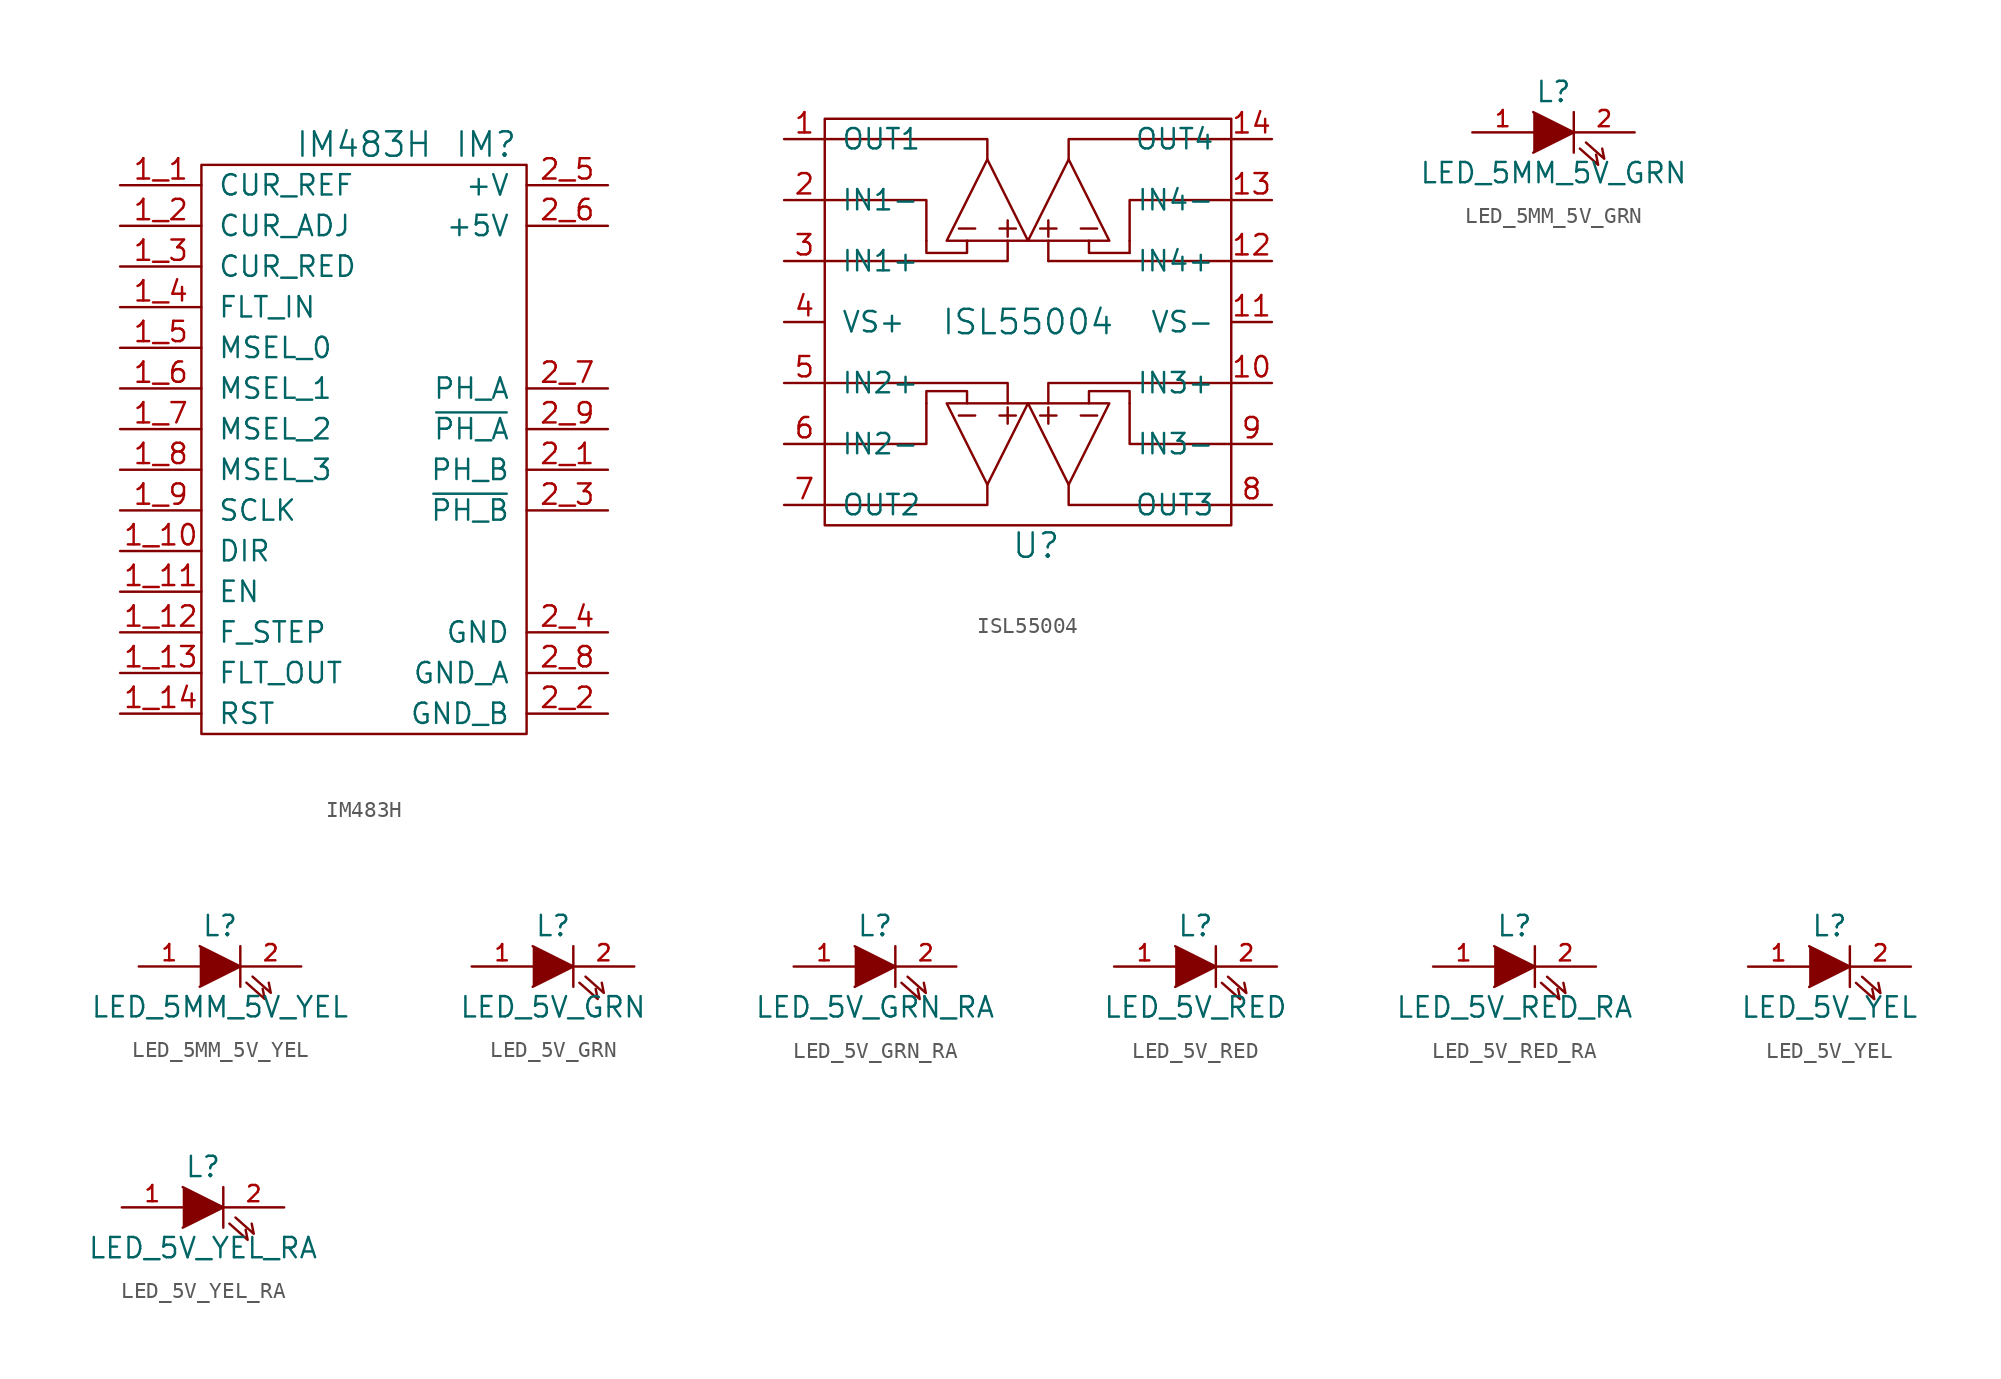
<source format=kicad_sym>
(kicad_symbol_lib
  (version 20211014)
  (generator kicad_symbol_editor)
  (symbol "IM483H"
    (pin_names
      (offset 1.016))
    (property "Reference" "IM"
      (at 7.62 19.05 0)
      (effects (font (size 1.524 1.524))))
    (property "Value" "IM483H"
      (at 0 19.05 0)
      (effects (font (size 1.524 1.524))))
    (property "Datasheet" ""
      (at 7.62 19.05 0)
      (effects (font (size 1.524 1.524))))
    (symbol "IM483H_0_1"
      (rectangle (start -10.16 17.78) (end 10.16 -17.78) (stroke (width 0) (type default) (color 0 0 0 0)) (fill (type none))))
    (symbol "IM483H_1_1"
      (pin passive line (at -15.24 16.51 0) (length 5.08) (name "CUR_REF" (effects (font (size 1.27 1.27)))) (number "1_1" (effects (font (size 1.27 1.27)))))
      (pin passive line (at -15.24 -6.35 0) (length 5.08) (name "DIR" (effects (font (size 1.27 1.27)))) (number "1_10" (effects (font (size 1.27 1.27)))))
      (pin passive line (at -15.24 -8.89 0) (length 5.08) (name "EN" (effects (font (size 1.27 1.27)))) (number "1_11" (effects (font (size 1.27 1.27)))))
      (pin passive line (at -15.24 -11.43 0) (length 5.08) (name "F_STEP" (effects (font (size 1.27 1.27)))) (number "1_12" (effects (font (size 1.27 1.27)))))
      (pin passive line (at -15.24 -13.97 0) (length 5.08) (name "FLT_OUT" (effects (font (size 1.27 1.27)))) (number "1_13" (effects (font (size 1.27 1.27)))))
      (pin passive line (at -15.24 -16.51 0) (length 5.08) (name "RST" (effects (font (size 1.27 1.27)))) (number "1_14" (effects (font (size 1.27 1.27)))))
      (pin passive line (at -15.24 13.97 0) (length 5.08) (name "CUR_ADJ" (effects (font (size 1.27 1.27)))) (number "1_2" (effects (font (size 1.27 1.27)))))
      (pin passive line (at -15.24 11.43 0) (length 5.08) (name "CUR_RED" (effects (font (size 1.27 1.27)))) (number "1_3" (effects (font (size 1.27 1.27)))))
      (pin passive line (at -15.24 8.89 0) (length 5.08) (name "FLT_IN" (effects (font (size 1.27 1.27)))) (number "1_4" (effects (font (size 1.27 1.27)))))
      (pin passive line (at -15.24 6.35 0) (length 5.08) (name "MSEL_0" (effects (font (size 1.27 1.27)))) (number "1_5" (effects (font (size 1.27 1.27)))))
      (pin passive line (at -15.24 3.81 0) (length 5.08) (name "MSEL_1" (effects (font (size 1.27 1.27)))) (number "1_6" (effects (font (size 1.27 1.27)))))
      (pin passive line (at -15.24 1.27 0) (length 5.08) (name "MSEL_2" (effects (font (size 1.27 1.27)))) (number "1_7" (effects (font (size 1.27 1.27)))))
      (pin passive line (at -15.24 -1.27 0) (length 5.08) (name "MSEL_3" (effects (font (size 1.27 1.27)))) (number "1_8" (effects (font (size 1.27 1.27)))))
      (pin passive line (at -15.24 -3.81 0) (length 5.08) (name "SCLK" (effects (font (size 1.27 1.27)))) (number "1_9" (effects (font (size 1.27 1.27)))))
      (pin passive line (at 15.24 -1.27 180) (length 5.08) (name "PH_B" (effects (font (size 1.27 1.27)))) (number "2_1" (effects (font (size 1.27 1.27)))))
      (pin power_in line (at 15.24 -16.51 180) (length 5.08) (name "GND_B" (effects (font (size 1.27 1.27)))) (number "2_2" (effects (font (size 1.27 1.27)))))
      (pin passive line (at 15.24 -3.81 180) (length 5.08) (name "~{PH_B}" (effects (font (size 1.27 1.27)))) (number "2_3" (effects (font (size 1.27 1.27)))))
      (pin power_in line (at 15.24 -11.43 180) (length 5.08) (name "GND" (effects (font (size 1.27 1.27)))) (number "2_4" (effects (font (size 1.27 1.27)))))
      (pin power_in line (at 15.24 16.51 180) (length 5.08) (name "+V" (effects (font (size 1.27 1.27)))) (number "2_5" (effects (font (size 1.27 1.27)))))
      (pin power_in line (at 15.24 13.97 180) (length 5.08) (name "+5V" (effects (font (size 1.27 1.27)))) (number "2_6" (effects (font (size 1.27 1.27)))))
      (pin passive line (at 15.24 3.81 180) (length 5.08) (name "PH_A" (effects (font (size 1.27 1.27)))) (number "2_7" (effects (font (size 1.27 1.27)))))
      (pin power_in line (at 15.24 -13.97 180) (length 5.08) (name "GND_A" (effects (font (size 1.27 1.27)))) (number "2_8" (effects (font (size 1.27 1.27)))))
      (pin passive line (at 15.24 1.27 180) (length 5.08) (name "~{PH_A}" (effects (font (size 1.27 1.27)))) (number "2_9" (effects (font (size 1.27 1.27)))))))
  (symbol "ISL55004"
    (pin_names
      (offset 1.016))
    (property "Reference" "U"
      (at 0.508 -13.97 0)
      (effects (font (size 1.524 1.524))))
    (property "Value" "ISL55004"
      (at 0 0 0)
      (effects (font (size 1.524 1.524))))
    (property "Footprint" ""
      (at 0 0 0)
      (effects (font (size 1.524 1.524))))
    (property "Datasheet" ""
      (at 0 0 0)
      (effects (font (size 1.524 1.524))))
    (symbol "ISL55004_0_1"
      (rectangle (start -12.7 12.7) (end 12.7 -12.7) (stroke (width 0) (type default) (color 0 0 0 0)) (fill (type none)))
      (polyline (pts (xy -4.318 -5.842) (xy -3.302 -5.842)) (stroke (width 0) (type default) (color 0 0 0 0)) (fill (type none)))
      (polyline (pts (xy -4.318 5.842) (xy -3.302 5.842)) (stroke (width 0) (type default) (color 0 0 0 0)) (fill (type none)))
      (polyline (pts (xy -1.778 5.842) (xy -0.762 5.842)) (stroke (width 0) (type default) (color 0 0 0 0)) (fill (type none)))
      (polyline (pts (xy -1.27 -5.334) (xy -1.27 -6.35)) (stroke (width 0) (type default) (color 0 0 0 0)) (fill (type none)))
      (polyline (pts (xy -1.27 5.334) (xy -1.27 6.35)) (stroke (width 0) (type default) (color 0 0 0 0)) (fill (type none)))
      (polyline (pts (xy -0.762 -5.842) (xy -1.778 -5.842)) (stroke (width 0) (type default) (color 0 0 0 0)) (fill (type none)))
      (polyline (pts (xy 0.762 -5.842) (xy 1.778 -5.842)) (stroke (width 0) (type default) (color 0 0 0 0)) (fill (type none)))
      (polyline (pts (xy 0.762 5.842) (xy 1.778 5.842)) (stroke (width 0) (type default) (color 0 0 0 0)) (fill (type none)))
      (polyline (pts (xy 1.27 -5.334) (xy 1.27 -6.35)) (stroke (width 0) (type default) (color 0 0 0 0)) (fill (type none)))
      (polyline (pts (xy 1.27 3.81) (xy 12.7 3.81)) (stroke (width 0) (type default) (color 0 0 0 0)) (fill (type none)))
      (polyline (pts (xy 1.27 5.08) (xy 1.27 3.81)) (stroke (width 0) (type default) (color 0 0 0 0)) (fill (type none)))
      (polyline (pts (xy 1.27 5.334) (xy 1.27 6.35)) (stroke (width 0) (type default) (color 0 0 0 0)) (fill (type none)))
      (polyline (pts (xy 3.302 -5.842) (xy 4.318 -5.842)) (stroke (width 0) (type default) (color 0 0 0 0)) (fill (type none)))
      (polyline (pts (xy 4.318 5.842) (xy 3.302 5.842)) (stroke (width 0) (type default) (color 0 0 0 0)) (fill (type none)))
      (polyline (pts (xy 6.35 4.318) (xy 6.35 5.08)) (stroke (width 0) (type default) (color 0 0 0 0)) (fill (type none)))
      (polyline (pts (xy -12.7 -11.43) (xy -2.54 -11.43) (xy -2.54 -10.16)) (stroke (width 0) (type default) (color 0 0 0 0)) (fill (type none)))
      (polyline (pts (xy -12.7 -7.62) (xy -6.35 -7.62) (xy -6.35 -5.08)) (stroke (width 0) (type default) (color 0 0 0 0)) (fill (type none)))
      (polyline (pts (xy -12.7 3.81) (xy -1.27 3.81) (xy -1.27 5.08)) (stroke (width 0) (type default) (color 0 0 0 0)) (fill (type none)))
      (polyline (pts (xy -12.7 7.62) (xy -6.35 7.62) (xy -6.35 5.08)) (stroke (width 0) (type default) (color 0 0 0 0)) (fill (type none)))
      (polyline (pts (xy -12.7 11.43) (xy -2.54 11.43) (xy -2.54 10.16)) (stroke (width 0) (type default) (color 0 0 0 0)) (fill (type none)))
      (polyline (pts (xy -1.27 -5.08) (xy -1.27 -3.81) (xy -12.7 -3.81)) (stroke (width 0) (type default) (color 0 0 0 0)) (fill (type none)))
      (polyline (pts (xy 1.27 -5.08) (xy 1.27 -3.81) (xy 12.7 -3.81)) (stroke (width 0) (type default) (color 0 0 0 0)) (fill (type none)))
      (polyline (pts (xy 2.54 -10.16) (xy 2.54 -11.43) (xy 12.7 -11.43)) (stroke (width 0) (type default) (color 0 0 0 0)) (fill (type none)))
      (polyline (pts (xy 2.54 10.16) (xy 2.54 11.43) (xy 12.7 11.43)) (stroke (width 0) (type default) (color 0 0 0 0)) (fill (type none)))
      (polyline (pts (xy 3.81 5.08) (xy 3.81 4.318) (xy 6.35 4.318)) (stroke (width 0) (type default) (color 0 0 0 0)) (fill (type none)))
      (polyline (pts (xy 12.7 -7.62) (xy 6.35 -7.62) (xy 6.35 -5.08)) (stroke (width 0) (type default) (color 0 0 0 0)) (fill (type none)))
      (polyline (pts (xy 12.7 7.62) (xy 6.35 7.62) (xy 6.35 5.08)) (stroke (width 0) (type default) (color 0 0 0 0)) (fill (type none)))
      (polyline (pts (xy -3.81 -5.08) (xy -3.81 -4.318) (xy -6.35 -4.318) (xy -6.35 -5.08)) (stroke (width 0) (type default) (color 0 0 0 0)) (fill (type none)))
      (polyline (pts (xy -3.81 5.08) (xy -3.81 4.318) (xy -6.35 4.318) (xy -6.35 5.08)) (stroke (width 0) (type default) (color 0 0 0 0)) (fill (type none)))
      (polyline (pts (xy -2.54 -10.16) (xy 0 -5.08) (xy -5.08 -5.08) (xy -2.54 -10.16)) (stroke (width 0) (type default) (color 0 0 0 0)) (fill (type none)))
      (polyline (pts (xy 0 -5.08) (xy 5.08 -5.08) (xy 2.54 -10.16) (xy 0 -5.08)) (stroke (width 0) (type default) (color 0 0 0 0)) (fill (type none)))
      (polyline (pts (xy 0 5.08) (xy -2.54 10.16) (xy -5.08 5.08) (xy 0 5.08)) (stroke (width 0) (type default) (color 0 0 0 0)) (fill (type none)))
      (polyline (pts (xy 0 5.08) (xy 5.08 5.08) (xy 2.54 10.16) (xy 0 5.08)) (stroke (width 0) (type default) (color 0 0 0 0)) (fill (type none)))
      (polyline (pts (xy 3.81 -5.08) (xy 3.81 -4.318) (xy 6.35 -4.318) (xy 6.35 -5.08)) (stroke (width 0) (type default) (color 0 0 0 0)) (fill (type none))))
    (symbol "ISL55004_1_1"
      (pin bidirectional line (at -15.24 11.43 0) (length 2.54) (name "OUT1" (effects (font (size 1.27 1.27)))) (number "1" (effects (font (size 1.27 1.27)))))
      (pin bidirectional line (at 15.24 -3.81 180) (length 2.54) (name "IN3+" (effects (font (size 1.27 1.27)))) (number "10" (effects (font (size 1.27 1.27)))))
      (pin power_in line (at 15.24 0 180) (length 2.54) (name "VS-" (effects (font (size 1.27 1.27)))) (number "11" (effects (font (size 1.27 1.27)))))
      (pin bidirectional line (at 15.24 3.81 180) (length 2.54) (name "IN4+" (effects (font (size 1.27 1.27)))) (number "12" (effects (font (size 1.27 1.27)))))
      (pin bidirectional line (at 15.24 7.62 180) (length 2.54) (name "IN4-" (effects (font (size 1.27 1.27)))) (number "13" (effects (font (size 1.27 1.27)))))
      (pin bidirectional line (at 15.24 11.43 180) (length 2.54) (name "OUT4" (effects (font (size 1.27 1.27)))) (number "14" (effects (font (size 1.27 1.27)))))
      (pin bidirectional line (at -15.24 7.62 0) (length 2.54) (name "IN1-" (effects (font (size 1.27 1.27)))) (number "2" (effects (font (size 1.27 1.27)))))
      (pin bidirectional line (at -15.24 3.81 0) (length 2.54) (name "IN1+" (effects (font (size 1.27 1.27)))) (number "3" (effects (font (size 1.27 1.27)))))
      (pin power_in line (at -15.24 0 0) (length 2.54) (name "VS+" (effects (font (size 1.27 1.27)))) (number "4" (effects (font (size 1.27 1.27)))))
      (pin bidirectional line (at -15.24 -3.81 0) (length 2.54) (name "IN2+" (effects (font (size 1.27 1.27)))) (number "5" (effects (font (size 1.27 1.27)))))
      (pin bidirectional line (at -15.24 -7.62 0) (length 2.54) (name "IN2-" (effects (font (size 1.27 1.27)))) (number "6" (effects (font (size 1.27 1.27)))))
      (pin bidirectional line (at -15.24 -11.43 0) (length 2.54) (name "OUT2" (effects (font (size 1.27 1.27)))) (number "7" (effects (font (size 1.27 1.27)))))
      (pin bidirectional line (at 15.24 -11.43 180) (length 2.54) (name "OUT3" (effects (font (size 1.27 1.27)))) (number "8" (effects (font (size 1.27 1.27)))))
      (pin bidirectional line (at 15.24 -7.62 180) (length 2.54) (name "IN3-" (effects (font (size 1.27 1.27)))) (number "9" (effects (font (size 1.27 1.27)))))))
  (symbol "LED_5MM_5V_GRN"
    (pin_names
      (offset 1.016) hide)
    (property "Reference" "L"
      (at 0 2.54 0)
      (effects (font (size 1.27 1.27))))
    (property "Value" "LED_5MM_5V_GRN"
      (at 0 -2.54 0)
      (effects (font (size 1.27 1.27))))
    (symbol "LED_5MM_5V_GRN_0_1"
      (polyline (pts (xy 1.27 1.27) (xy 1.27 -1.27)) (stroke (width 0) (type default) (color 0 0 0 0)) (fill (type none)))
      (polyline (pts (xy -1.27 1.27) (xy 1.27 0) (xy -1.27 -1.27)) (stroke (width 0) (type default) (color 0 0 0 0)) (fill (type outline)))
      (polyline (pts (xy 1.651 -1.016) (xy 2.794 -2.032) (xy 2.667 -1.397)) (stroke (width 0) (type default) (color 0 0 0 0)) (fill (type none)))
      (polyline (pts (xy 2.032 -0.635) (xy 3.175 -1.651) (xy 3.048 -1.016)) (stroke (width 0) (type default) (color 0 0 0 0)) (fill (type none))))
    (symbol "LED_5MM_5V_GRN_1_1"
      (pin passive line (at -5.08 0 0) (length 3.81) (name "A" (effects (font (size 1.016 1.016)))) (number "1" (effects (font (size 1.016 1.016)))))
      (pin passive line (at 5.08 0 180) (length 3.81) (name "K" (effects (font (size 1.016 1.016)))) (number "2" (effects (font (size 1.016 1.016)))))))
  (symbol "LED_5MM_5V_YEL"
    (pin_names
      (offset 1.016) hide)
    (property "Reference" "L"
      (at 0 2.54 0)
      (effects (font (size 1.27 1.27))))
    (property "Value" "LED_5MM_5V_YEL"
      (at 0 -2.54 0)
      (effects (font (size 1.27 1.27))))
    (symbol "LED_5MM_5V_YEL_0_1"
      (polyline (pts (xy 1.27 1.27) (xy 1.27 -1.27)) (stroke (width 0) (type default) (color 0 0 0 0)) (fill (type none)))
      (polyline (pts (xy -1.27 1.27) (xy 1.27 0) (xy -1.27 -1.27)) (stroke (width 0) (type default) (color 0 0 0 0)) (fill (type outline)))
      (polyline (pts (xy 1.651 -1.016) (xy 2.794 -2.032) (xy 2.667 -1.397)) (stroke (width 0) (type default) (color 0 0 0 0)) (fill (type none)))
      (polyline (pts (xy 2.032 -0.635) (xy 3.175 -1.651) (xy 3.048 -1.016)) (stroke (width 0) (type default) (color 0 0 0 0)) (fill (type none))))
    (symbol "LED_5MM_5V_YEL_1_1"
      (pin passive line (at -5.08 0 0) (length 3.81) (name "A" (effects (font (size 1.016 1.016)))) (number "1" (effects (font (size 1.016 1.016)))))
      (pin passive line (at 5.08 0 180) (length 3.81) (name "K" (effects (font (size 1.016 1.016)))) (number "2" (effects (font (size 1.016 1.016)))))))
  (symbol "LED_5V_GRN"
    (pin_names
      (offset 1.016) hide)
    (property "Reference" "L"
      (at 0 2.54 0)
      (effects (font (size 1.27 1.27))))
    (property "Value" "LED_5V_GRN"
      (at 0 -2.54 0)
      (effects (font (size 1.27 1.27))))
    (symbol "LED_5V_GRN_0_1"
      (polyline (pts (xy 1.27 1.27) (xy 1.27 -1.27)) (stroke (width 0) (type default) (color 0 0 0 0)) (fill (type none)))
      (polyline (pts (xy -1.27 1.27) (xy 1.27 0) (xy -1.27 -1.27)) (stroke (width 0) (type default) (color 0 0 0 0)) (fill (type outline)))
      (polyline (pts (xy 1.651 -1.016) (xy 2.794 -2.032) (xy 2.667 -1.397)) (stroke (width 0) (type default) (color 0 0 0 0)) (fill (type none)))
      (polyline (pts (xy 2.032 -0.635) (xy 3.175 -1.651) (xy 3.048 -1.016)) (stroke (width 0) (type default) (color 0 0 0 0)) (fill (type none))))
    (symbol "LED_5V_GRN_1_1"
      (pin passive line (at -5.08 0 0) (length 3.81) (name "A" (effects (font (size 1.016 1.016)))) (number "1" (effects (font (size 1.016 1.016)))))
      (pin passive line (at 5.08 0 180) (length 3.81) (name "K" (effects (font (size 1.016 1.016)))) (number "2" (effects (font (size 1.016 1.016)))))))
  (symbol "LED_5V_GRN_RA"
    (pin_names
      (offset 1.016) hide)
    (property "Reference" "L"
      (at 0 2.54 0)
      (effects (font (size 1.27 1.27))))
    (property "Value" "LED_5V_GRN_RA"
      (at 0 -2.54 0)
      (effects (font (size 1.27 1.27))))
    (property "Datasheet" ""
      (at 0 0 0)
      (effects (font (size 1.524 1.524))))
    (symbol "LED_5V_GRN_RA_0_1"
      (polyline (pts (xy 1.27 1.27) (xy 1.27 -1.27)) (stroke (width 0) (type default) (color 0 0 0 0)) (fill (type none)))
      (polyline (pts (xy -1.27 1.27) (xy 1.27 0) (xy -1.27 -1.27)) (stroke (width 0) (type default) (color 0 0 0 0)) (fill (type outline)))
      (polyline (pts (xy 1.651 -1.016) (xy 2.794 -2.032) (xy 2.667 -1.397)) (stroke (width 0) (type default) (color 0 0 0 0)) (fill (type none)))
      (polyline (pts (xy 2.032 -0.635) (xy 3.175 -1.651) (xy 3.048 -1.016)) (stroke (width 0) (type default) (color 0 0 0 0)) (fill (type none))))
    (symbol "LED_5V_GRN_RA_1_1"
      (pin passive line (at -5.08 0 0) (length 3.81) (name "A" (effects (font (size 1.016 1.016)))) (number "1" (effects (font (size 1.016 1.016)))))
      (pin passive line (at 5.08 0 180) (length 3.81) (name "K" (effects (font (size 1.016 1.016)))) (number "2" (effects (font (size 1.016 1.016)))))))
  (symbol "LED_5V_RED"
    (pin_names
      (offset 1.016) hide)
    (property "Reference" "L"
      (at 0 2.54 0)
      (effects (font (size 1.27 1.27))))
    (property "Value" "LED_5V_RED"
      (at 0 -2.54 0)
      (effects (font (size 1.27 1.27))))
    (property "Datasheet" ""
      (at 0 0 0)
      (effects (font (size 1.524 1.524))))
    (symbol "LED_5V_RED_0_1"
      (polyline (pts (xy 1.27 1.27) (xy 1.27 -1.27)) (stroke (width 0) (type default) (color 0 0 0 0)) (fill (type none)))
      (polyline (pts (xy -1.27 1.27) (xy 1.27 0) (xy -1.27 -1.27)) (stroke (width 0) (type default) (color 0 0 0 0)) (fill (type outline)))
      (polyline (pts (xy 1.651 -1.016) (xy 2.794 -2.032) (xy 2.667 -1.397)) (stroke (width 0) (type default) (color 0 0 0 0)) (fill (type none)))
      (polyline (pts (xy 2.032 -0.635) (xy 3.175 -1.651) (xy 3.048 -1.016)) (stroke (width 0) (type default) (color 0 0 0 0)) (fill (type none))))
    (symbol "LED_5V_RED_1_1"
      (pin passive line (at -5.08 0 0) (length 3.81) (name "A" (effects (font (size 1.016 1.016)))) (number "1" (effects (font (size 1.016 1.016)))))
      (pin passive line (at 5.08 0 180) (length 3.81) (name "K" (effects (font (size 1.016 1.016)))) (number "2" (effects (font (size 1.016 1.016)))))))
  (symbol "LED_5V_RED_RA"
    (pin_names
      (offset 1.016) hide)
    (property "Reference" "L"
      (at 0 2.54 0)
      (effects (font (size 1.27 1.27))))
    (property "Value" "LED_5V_RED_RA"
      (at 0 -2.54 0)
      (effects (font (size 1.27 1.27))))
    (property "Datasheet" ""
      (at 0 0 0)
      (effects (font (size 1.524 1.524))))
    (symbol "LED_5V_RED_RA_0_1"
      (polyline (pts (xy 1.27 1.27) (xy 1.27 -1.27)) (stroke (width 0) (type default) (color 0 0 0 0)) (fill (type none)))
      (polyline (pts (xy -1.27 1.27) (xy 1.27 0) (xy -1.27 -1.27)) (stroke (width 0) (type default) (color 0 0 0 0)) (fill (type outline)))
      (polyline (pts (xy 1.651 -1.016) (xy 2.794 -2.032) (xy 2.667 -1.397)) (stroke (width 0) (type default) (color 0 0 0 0)) (fill (type none)))
      (polyline (pts (xy 2.032 -0.635) (xy 3.175 -1.651) (xy 3.048 -1.016)) (stroke (width 0) (type default) (color 0 0 0 0)) (fill (type none))))
    (symbol "LED_5V_RED_RA_1_1"
      (pin passive line (at -5.08 0 0) (length 3.81) (name "A" (effects (font (size 1.016 1.016)))) (number "1" (effects (font (size 1.016 1.016)))))
      (pin passive line (at 5.08 0 180) (length 3.81) (name "K" (effects (font (size 1.016 1.016)))) (number "2" (effects (font (size 1.016 1.016)))))))
  (symbol "LED_5V_YEL"
    (pin_names
      (offset 1.016) hide)
    (property "Reference" "L"
      (at 0 2.54 0)
      (effects (font (size 1.27 1.27))))
    (property "Value" "LED_5V_YEL"
      (at 0 -2.54 0)
      (effects (font (size 1.27 1.27))))
    (property "Datasheet" ""
      (at 0 0 0)
      (effects (font (size 1.524 1.524))))
    (symbol "LED_5V_YEL_0_1"
      (polyline (pts (xy 1.27 1.27) (xy 1.27 -1.27)) (stroke (width 0) (type default) (color 0 0 0 0)) (fill (type none)))
      (polyline (pts (xy -1.27 1.27) (xy 1.27 0) (xy -1.27 -1.27)) (stroke (width 0) (type default) (color 0 0 0 0)) (fill (type outline)))
      (polyline (pts (xy 1.651 -1.016) (xy 2.794 -2.032) (xy 2.667 -1.397)) (stroke (width 0) (type default) (color 0 0 0 0)) (fill (type none)))
      (polyline (pts (xy 2.032 -0.635) (xy 3.175 -1.651) (xy 3.048 -1.016)) (stroke (width 0) (type default) (color 0 0 0 0)) (fill (type none))))
    (symbol "LED_5V_YEL_1_1"
      (pin passive line (at -5.08 0 0) (length 3.81) (name "A" (effects (font (size 1.016 1.016)))) (number "1" (effects (font (size 1.016 1.016)))))
      (pin passive line (at 5.08 0 180) (length 3.81) (name "K" (effects (font (size 1.016 1.016)))) (number "2" (effects (font (size 1.016 1.016)))))))
  (symbol "LED_5V_YEL_RA"
    (pin_names
      (offset 1.016) hide)
    (property "Reference" "L"
      (at 0 2.54 0)
      (effects (font (size 1.27 1.27))))
    (property "Value" "LED_5V_YEL_RA"
      (at 0 -2.54 0)
      (effects (font (size 1.27 1.27))))
    (property "Datasheet" ""
      (at 0 0 0)
      (effects (font (size 1.524 1.524))))
    (symbol "LED_5V_YEL_RA_0_1"
      (polyline (pts (xy 1.27 1.27) (xy 1.27 -1.27)) (stroke (width 0) (type default) (color 0 0 0 0)) (fill (type none)))
      (polyline (pts (xy -1.27 1.27) (xy 1.27 0) (xy -1.27 -1.27)) (stroke (width 0) (type default) (color 0 0 0 0)) (fill (type outline)))
      (polyline (pts (xy 1.651 -1.016) (xy 2.794 -2.032) (xy 2.667 -1.397)) (stroke (width 0) (type default) (color 0 0 0 0)) (fill (type none)))
      (polyline (pts (xy 2.032 -0.635) (xy 3.175 -1.651) (xy 3.048 -1.016)) (stroke (width 0) (type default) (color 0 0 0 0)) (fill (type none))))
    (symbol "LED_5V_YEL_RA_1_1"
      (pin passive line (at -5.08 0 0) (length 3.81) (name "A" (effects (font (size 1.016 1.016)))) (number "1" (effects (font (size 1.016 1.016)))))
      (pin passive line (at 5.08 0 180) (length 3.81) (name "K" (effects (font (size 1.016 1.016)))) (number "2" (effects (font (size 1.016 1.016))))))))
</source>
